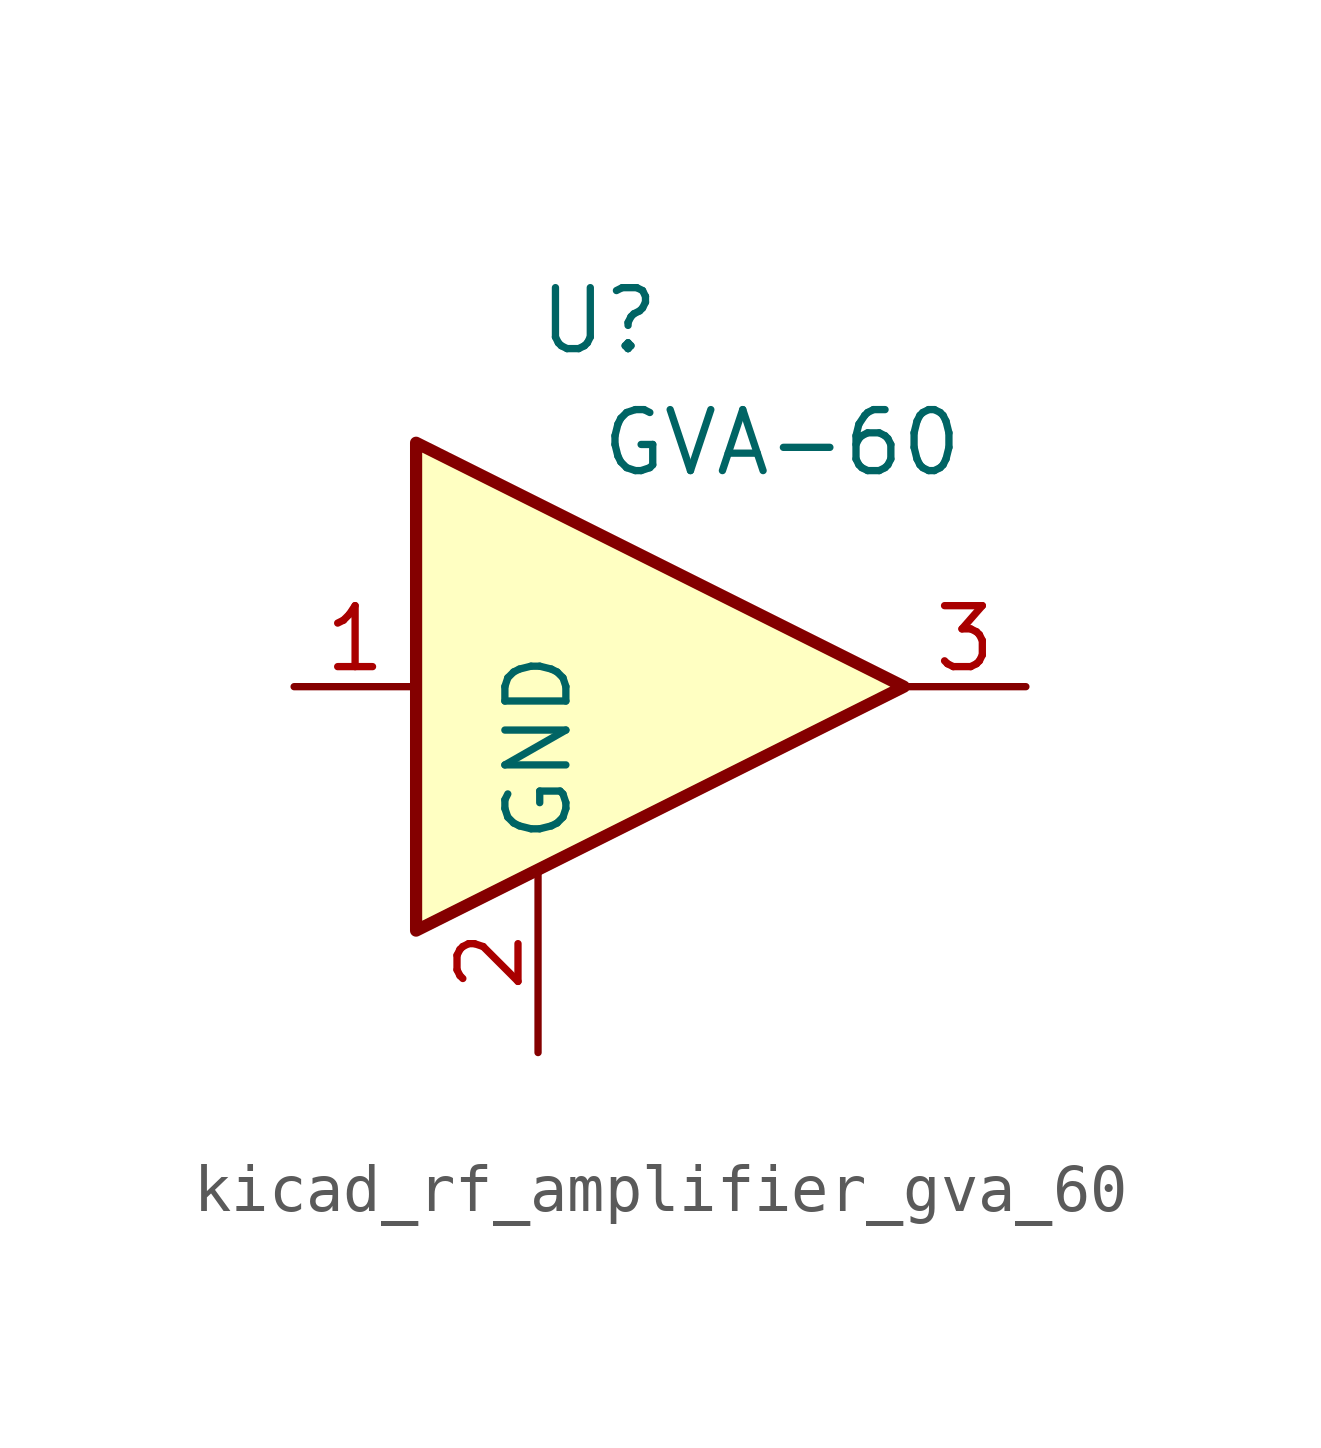
<source format=kicad_sym>
(kicad_symbol_lib
  (version 20220914)
  (generator kicad_symbol_editor)
  (symbol "kicad_rf_amplifier_gva_60"
    (property "Reference" "U"
      (at -1.27 7.62 0)
      (effects (font (size 1.27 1.27))))
    (property "Value" "GVA-60"
      (at 2.54 5.08 0)
      (effects (font (size 1.27 1.27))))
    (symbol "kicad_rf_amplifier_gva_60_0_1"
      (polyline (pts (xy 5.08 0) (xy -5.08 5.08) (xy -5.08 -5.08) (xy 5.08 0)) (stroke (width 0.254) (type default)) (fill (type background))))
    (symbol "kicad_rf_amplifier_gva_60_1_1"
      (pin input line (at -7.62 0 0) (length 2.54) (name "~" (effects (font (size 1.27 1.27)))) (number "1" (effects (font (size 1.27 1.27)))))
      (pin power_in line (at -2.54 -7.62 90) (length 3.81) (name "GND" (effects (font (size 1.27 1.27)))) (number "2" (effects (font (size 1.27 1.27)))))
      (pin output line (at 7.62 0 180) (length 2.54) (name "~" (effects (font (size 1.27 1.27)))) (number "3" (effects (font (size 1.27 1.27))))))))
</source>
